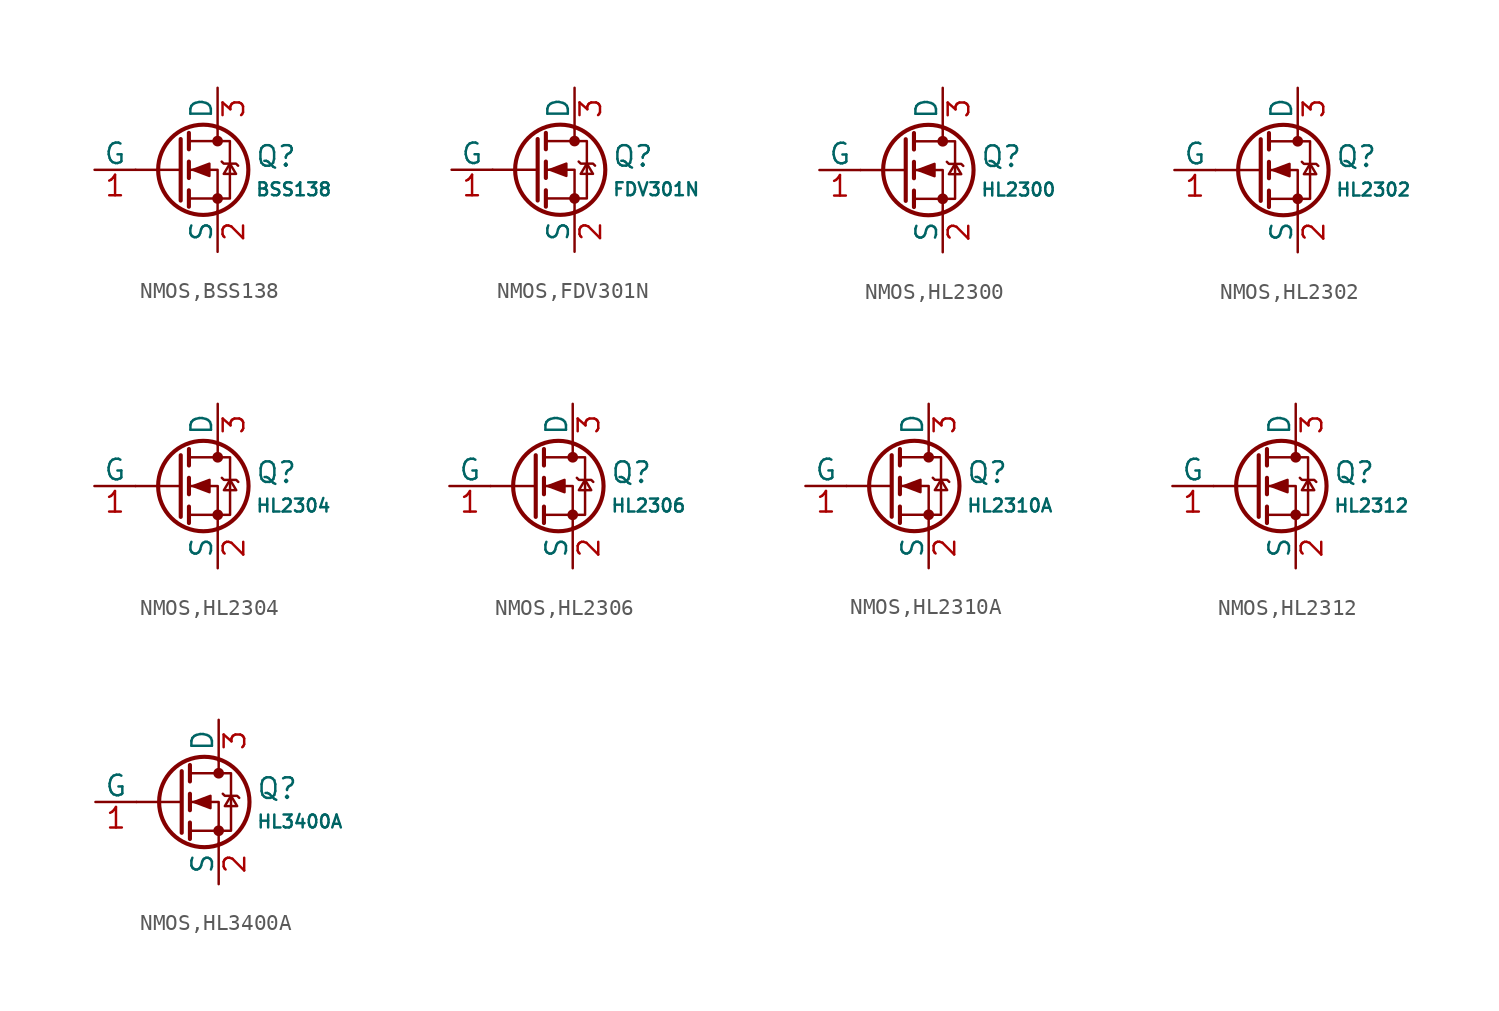
<source format=kicad_sym>
(kicad_symbol_lib
  (version 20231120)
  (generator "CDFER")
  (generator_version "8.0")
  (symbol "NMOS,BSS138"
    (pin_names
      (offset 0))
    (property "Reference" "Q"
      (at 4.851 0.834 0)
      (effects (font (size 1.27 1.27)) (justify left)))
    (property "Value" "BSS138"
      (at 4.851 -1.212 0)
      (effects (font (size 0.8 0.8)) (justify left)))
    (symbol "NMOS,BSS138_0_1"
      (polyline (pts (xy 0.254 0) (xy -2.54 0)) (stroke (width 0) (type default)) (fill (type none)))
      (polyline (pts (xy 0.254 1.905) (xy 0.254 -1.905)) (stroke (width 0.254) (type default)) (fill (type none)))
      (polyline (pts (xy 0.762 -1.27) (xy 0.762 -2.286)) (stroke (width 0.254) (type default)) (fill (type none)))
      (polyline (pts (xy 0.762 0.508) (xy 0.762 -0.508)) (stroke (width 0.254) (type default)) (fill (type none)))
      (polyline (pts (xy 0.762 2.286) (xy 0.762 1.27)) (stroke (width 0.254) (type default)) (fill (type none)))
      (polyline (pts (xy 2.54 2.54) (xy 2.54 1.778)) (stroke (width 0) (type default)) (fill (type none)))
      (polyline (pts (xy 2.54 -2.54) (xy 2.54 0) (xy 0.762 0)) (stroke (width 0) (type default)) (fill (type none)))
      (polyline (pts (xy 0.762 -1.778) (xy 3.302 -1.778) (xy 3.302 1.778) (xy 0.762 1.778)) (stroke (width 0) (type default)) (fill (type none)))
      (polyline (pts (xy 1.016 0) (xy 2.032 0.381) (xy 2.032 -0.381) (xy 1.016 0)) (stroke (width 0) (type default)) (fill (type outline)))
      (polyline (pts (xy 2.794 0.508) (xy 2.921 0.381) (xy 3.683 0.381) (xy 3.81 0.254)) (stroke (width 0) (type default)) (fill (type none)))
      (polyline (pts (xy 3.302 0.381) (xy 2.921 -0.254) (xy 3.683 -0.254) (xy 3.302 0.381)) (stroke (width 0) (type default)) (fill (type none)))
      (circle (center 1.651 0) (radius 2.794) (stroke (width 0.254) (type default)) (fill (type none)))
      (circle (center 2.54 -1.778) (radius 0.254) (stroke (width 0) (type default)) (fill (type outline)))
      (circle (center 2.54 1.778) (radius 0.254) (stroke (width 0) (type default)) (fill (type outline))))
    (symbol "NMOS,BSS138_1_1"
      (pin passive line (at 2.54 5.08 270) (length 2.54) (name "D" (effects (font (size 1.27 1.27)))) (number "3" (effects (font (size 1.27 1.27)))))
      (pin input line (at -5.08 0 0) (length 2.54) (name "G" (effects (font (size 1.27 1.27)))) (number "1" (effects (font (size 1.27 1.27)))))
      (pin passive line (at 2.54 -5.08 90) (length 2.54) (name "S" (effects (font (size 1.27 1.27)))) (number "2" (effects (font (size 1.27 1.27)))))))
  (symbol "NMOS,FDV301N"
    (pin_names
      (offset 0))
    (property "Reference" "Q"
      (at 4.851 0.834 0)
      (effects (font (size 1.27 1.27)) (justify left)))
    (property "Value" "FDV301N"
      (at 4.851 -1.212 0)
      (effects (font (size 0.8 0.8)) (justify left)))
    (symbol "NMOS,FDV301N_0_1"
      (polyline (pts (xy 0.254 0) (xy -2.54 0)) (stroke (width 0) (type default)) (fill (type none)))
      (polyline (pts (xy 0.254 1.905) (xy 0.254 -1.905)) (stroke (width 0.254) (type default)) (fill (type none)))
      (polyline (pts (xy 0.762 -1.27) (xy 0.762 -2.286)) (stroke (width 0.254) (type default)) (fill (type none)))
      (polyline (pts (xy 0.762 0.508) (xy 0.762 -0.508)) (stroke (width 0.254) (type default)) (fill (type none)))
      (polyline (pts (xy 0.762 2.286) (xy 0.762 1.27)) (stroke (width 0.254) (type default)) (fill (type none)))
      (polyline (pts (xy 2.54 2.54) (xy 2.54 1.778)) (stroke (width 0) (type default)) (fill (type none)))
      (polyline (pts (xy 2.54 -2.54) (xy 2.54 0) (xy 0.762 0)) (stroke (width 0) (type default)) (fill (type none)))
      (polyline (pts (xy 0.762 -1.778) (xy 3.302 -1.778) (xy 3.302 1.778) (xy 0.762 1.778)) (stroke (width 0) (type default)) (fill (type none)))
      (polyline (pts (xy 1.016 0) (xy 2.032 0.381) (xy 2.032 -0.381) (xy 1.016 0)) (stroke (width 0) (type default)) (fill (type outline)))
      (polyline (pts (xy 2.794 0.508) (xy 2.921 0.381) (xy 3.683 0.381) (xy 3.81 0.254)) (stroke (width 0) (type default)) (fill (type none)))
      (polyline (pts (xy 3.302 0.381) (xy 2.921 -0.254) (xy 3.683 -0.254) (xy 3.302 0.381)) (stroke (width 0) (type default)) (fill (type none)))
      (circle (center 1.651 0) (radius 2.794) (stroke (width 0.254) (type default)) (fill (type none)))
      (circle (center 2.54 -1.778) (radius 0.254) (stroke (width 0) (type default)) (fill (type outline)))
      (circle (center 2.54 1.778) (radius 0.254) (stroke (width 0) (type default)) (fill (type outline))))
    (symbol "NMOS,FDV301N_1_1"
      (pin passive line (at 2.54 5.08 270) (length 2.54) (name "D" (effects (font (size 1.27 1.27)))) (number "3" (effects (font (size 1.27 1.27)))))
      (pin input line (at -5.08 0 0) (length 2.54) (name "G" (effects (font (size 1.27 1.27)))) (number "1" (effects (font (size 1.27 1.27)))))
      (pin passive line (at 2.54 -5.08 90) (length 2.54) (name "S" (effects (font (size 1.27 1.27)))) (number "2" (effects (font (size 1.27 1.27)))))))
  (symbol "NMOS,HL2300"
    (pin_names
      (offset 0))
    (property "Reference" "Q"
      (at 4.851 0.834 0)
      (effects (font (size 1.27 1.27)) (justify left)))
    (property "Value" "HL2300"
      (at 4.851 -1.212 0)
      (effects (font (size 0.8 0.8)) (justify left)))
    (symbol "NMOS,HL2300_0_1"
      (polyline (pts (xy 0.254 0) (xy -2.54 0)) (stroke (width 0) (type default)) (fill (type none)))
      (polyline (pts (xy 0.254 1.905) (xy 0.254 -1.905)) (stroke (width 0.254) (type default)) (fill (type none)))
      (polyline (pts (xy 0.762 -1.27) (xy 0.762 -2.286)) (stroke (width 0.254) (type default)) (fill (type none)))
      (polyline (pts (xy 0.762 0.508) (xy 0.762 -0.508)) (stroke (width 0.254) (type default)) (fill (type none)))
      (polyline (pts (xy 0.762 2.286) (xy 0.762 1.27)) (stroke (width 0.254) (type default)) (fill (type none)))
      (polyline (pts (xy 2.54 2.54) (xy 2.54 1.778)) (stroke (width 0) (type default)) (fill (type none)))
      (polyline (pts (xy 2.54 -2.54) (xy 2.54 0) (xy 0.762 0)) (stroke (width 0) (type default)) (fill (type none)))
      (polyline (pts (xy 0.762 -1.778) (xy 3.302 -1.778) (xy 3.302 1.778) (xy 0.762 1.778)) (stroke (width 0) (type default)) (fill (type none)))
      (polyline (pts (xy 1.016 0) (xy 2.032 0.381) (xy 2.032 -0.381) (xy 1.016 0)) (stroke (width 0) (type default)) (fill (type outline)))
      (polyline (pts (xy 2.794 0.508) (xy 2.921 0.381) (xy 3.683 0.381) (xy 3.81 0.254)) (stroke (width 0) (type default)) (fill (type none)))
      (polyline (pts (xy 3.302 0.381) (xy 2.921 -0.254) (xy 3.683 -0.254) (xy 3.302 0.381)) (stroke (width 0) (type default)) (fill (type none)))
      (circle (center 1.651 0) (radius 2.794) (stroke (width 0.254) (type default)) (fill (type none)))
      (circle (center 2.54 -1.778) (radius 0.254) (stroke (width 0) (type default)) (fill (type outline)))
      (circle (center 2.54 1.778) (radius 0.254) (stroke (width 0) (type default)) (fill (type outline))))
    (symbol "NMOS,HL2300_1_1"
      (pin passive line (at 2.54 5.08 270) (length 2.54) (name "D" (effects (font (size 1.27 1.27)))) (number "3" (effects (font (size 1.27 1.27)))))
      (pin input line (at -5.08 0 0) (length 2.54) (name "G" (effects (font (size 1.27 1.27)))) (number "1" (effects (font (size 1.27 1.27)))))
      (pin passive line (at 2.54 -5.08 90) (length 2.54) (name "S" (effects (font (size 1.27 1.27)))) (number "2" (effects (font (size 1.27 1.27)))))))
  (symbol "NMOS,HL2302"
    (pin_names
      (offset 0))
    (property "Reference" "Q"
      (at 4.851 0.834 0)
      (effects (font (size 1.27 1.27)) (justify left)))
    (property "Value" "HL2302"
      (at 4.851 -1.212 0)
      (effects (font (size 0.8 0.8)) (justify left)))
    (symbol "NMOS,HL2302_0_1"
      (polyline (pts (xy 0.254 0) (xy -2.54 0)) (stroke (width 0) (type default)) (fill (type none)))
      (polyline (pts (xy 0.254 1.905) (xy 0.254 -1.905)) (stroke (width 0.254) (type default)) (fill (type none)))
      (polyline (pts (xy 0.762 -1.27) (xy 0.762 -2.286)) (stroke (width 0.254) (type default)) (fill (type none)))
      (polyline (pts (xy 0.762 0.508) (xy 0.762 -0.508)) (stroke (width 0.254) (type default)) (fill (type none)))
      (polyline (pts (xy 0.762 2.286) (xy 0.762 1.27)) (stroke (width 0.254) (type default)) (fill (type none)))
      (polyline (pts (xy 2.54 2.54) (xy 2.54 1.778)) (stroke (width 0) (type default)) (fill (type none)))
      (polyline (pts (xy 2.54 -2.54) (xy 2.54 0) (xy 0.762 0)) (stroke (width 0) (type default)) (fill (type none)))
      (polyline (pts (xy 0.762 -1.778) (xy 3.302 -1.778) (xy 3.302 1.778) (xy 0.762 1.778)) (stroke (width 0) (type default)) (fill (type none)))
      (polyline (pts (xy 1.016 0) (xy 2.032 0.381) (xy 2.032 -0.381) (xy 1.016 0)) (stroke (width 0) (type default)) (fill (type outline)))
      (polyline (pts (xy 2.794 0.508) (xy 2.921 0.381) (xy 3.683 0.381) (xy 3.81 0.254)) (stroke (width 0) (type default)) (fill (type none)))
      (polyline (pts (xy 3.302 0.381) (xy 2.921 -0.254) (xy 3.683 -0.254) (xy 3.302 0.381)) (stroke (width 0) (type default)) (fill (type none)))
      (circle (center 1.651 0) (radius 2.794) (stroke (width 0.254) (type default)) (fill (type none)))
      (circle (center 2.54 -1.778) (radius 0.254) (stroke (width 0) (type default)) (fill (type outline)))
      (circle (center 2.54 1.778) (radius 0.254) (stroke (width 0) (type default)) (fill (type outline))))
    (symbol "NMOS,HL2302_1_1"
      (pin passive line (at 2.54 5.08 270) (length 2.54) (name "D" (effects (font (size 1.27 1.27)))) (number "3" (effects (font (size 1.27 1.27)))))
      (pin input line (at -5.08 0 0) (length 2.54) (name "G" (effects (font (size 1.27 1.27)))) (number "1" (effects (font (size 1.27 1.27)))))
      (pin passive line (at 2.54 -5.08 90) (length 2.54) (name "S" (effects (font (size 1.27 1.27)))) (number "2" (effects (font (size 1.27 1.27)))))))
  (symbol "NMOS,HL2304"
    (pin_names
      (offset 0))
    (property "Reference" "Q"
      (at 4.851 0.834 0)
      (effects (font (size 1.27 1.27)) (justify left)))
    (property "Value" "HL2304"
      (at 4.851 -1.212 0)
      (effects (font (size 0.8 0.8)) (justify left)))
    (symbol "NMOS,HL2304_0_1"
      (polyline (pts (xy 0.254 0) (xy -2.54 0)) (stroke (width 0) (type default)) (fill (type none)))
      (polyline (pts (xy 0.254 1.905) (xy 0.254 -1.905)) (stroke (width 0.254) (type default)) (fill (type none)))
      (polyline (pts (xy 0.762 -1.27) (xy 0.762 -2.286)) (stroke (width 0.254) (type default)) (fill (type none)))
      (polyline (pts (xy 0.762 0.508) (xy 0.762 -0.508)) (stroke (width 0.254) (type default)) (fill (type none)))
      (polyline (pts (xy 0.762 2.286) (xy 0.762 1.27)) (stroke (width 0.254) (type default)) (fill (type none)))
      (polyline (pts (xy 2.54 2.54) (xy 2.54 1.778)) (stroke (width 0) (type default)) (fill (type none)))
      (polyline (pts (xy 2.54 -2.54) (xy 2.54 0) (xy 0.762 0)) (stroke (width 0) (type default)) (fill (type none)))
      (polyline (pts (xy 0.762 -1.778) (xy 3.302 -1.778) (xy 3.302 1.778) (xy 0.762 1.778)) (stroke (width 0) (type default)) (fill (type none)))
      (polyline (pts (xy 1.016 0) (xy 2.032 0.381) (xy 2.032 -0.381) (xy 1.016 0)) (stroke (width 0) (type default)) (fill (type outline)))
      (polyline (pts (xy 2.794 0.508) (xy 2.921 0.381) (xy 3.683 0.381) (xy 3.81 0.254)) (stroke (width 0) (type default)) (fill (type none)))
      (polyline (pts (xy 3.302 0.381) (xy 2.921 -0.254) (xy 3.683 -0.254) (xy 3.302 0.381)) (stroke (width 0) (type default)) (fill (type none)))
      (circle (center 1.651 0) (radius 2.794) (stroke (width 0.254) (type default)) (fill (type none)))
      (circle (center 2.54 -1.778) (radius 0.254) (stroke (width 0) (type default)) (fill (type outline)))
      (circle (center 2.54 1.778) (radius 0.254) (stroke (width 0) (type default)) (fill (type outline))))
    (symbol "NMOS,HL2304_1_1"
      (pin passive line (at 2.54 5.08 270) (length 2.54) (name "D" (effects (font (size 1.27 1.27)))) (number "3" (effects (font (size 1.27 1.27)))))
      (pin input line (at -5.08 0 0) (length 2.54) (name "G" (effects (font (size 1.27 1.27)))) (number "1" (effects (font (size 1.27 1.27)))))
      (pin passive line (at 2.54 -5.08 90) (length 2.54) (name "S" (effects (font (size 1.27 1.27)))) (number "2" (effects (font (size 1.27 1.27)))))))
  (symbol "NMOS,HL2306"
    (pin_names
      (offset 0))
    (property "Reference" "Q"
      (at 4.851 0.834 0)
      (effects (font (size 1.27 1.27)) (justify left)))
    (property "Value" "HL2306"
      (at 4.851 -1.212 0)
      (effects (font (size 0.8 0.8)) (justify left)))
    (symbol "NMOS,HL2306_0_1"
      (polyline (pts (xy 0.254 0) (xy -2.54 0)) (stroke (width 0) (type default)) (fill (type none)))
      (polyline (pts (xy 0.254 1.905) (xy 0.254 -1.905)) (stroke (width 0.254) (type default)) (fill (type none)))
      (polyline (pts (xy 0.762 -1.27) (xy 0.762 -2.286)) (stroke (width 0.254) (type default)) (fill (type none)))
      (polyline (pts (xy 0.762 0.508) (xy 0.762 -0.508)) (stroke (width 0.254) (type default)) (fill (type none)))
      (polyline (pts (xy 0.762 2.286) (xy 0.762 1.27)) (stroke (width 0.254) (type default)) (fill (type none)))
      (polyline (pts (xy 2.54 2.54) (xy 2.54 1.778)) (stroke (width 0) (type default)) (fill (type none)))
      (polyline (pts (xy 2.54 -2.54) (xy 2.54 0) (xy 0.762 0)) (stroke (width 0) (type default)) (fill (type none)))
      (polyline (pts (xy 0.762 -1.778) (xy 3.302 -1.778) (xy 3.302 1.778) (xy 0.762 1.778)) (stroke (width 0) (type default)) (fill (type none)))
      (polyline (pts (xy 1.016 0) (xy 2.032 0.381) (xy 2.032 -0.381) (xy 1.016 0)) (stroke (width 0) (type default)) (fill (type outline)))
      (polyline (pts (xy 2.794 0.508) (xy 2.921 0.381) (xy 3.683 0.381) (xy 3.81 0.254)) (stroke (width 0) (type default)) (fill (type none)))
      (polyline (pts (xy 3.302 0.381) (xy 2.921 -0.254) (xy 3.683 -0.254) (xy 3.302 0.381)) (stroke (width 0) (type default)) (fill (type none)))
      (circle (center 1.651 0) (radius 2.794) (stroke (width 0.254) (type default)) (fill (type none)))
      (circle (center 2.54 -1.778) (radius 0.254) (stroke (width 0) (type default)) (fill (type outline)))
      (circle (center 2.54 1.778) (radius 0.254) (stroke (width 0) (type default)) (fill (type outline))))
    (symbol "NMOS,HL2306_1_1"
      (pin passive line (at 2.54 5.08 270) (length 2.54) (name "D" (effects (font (size 1.27 1.27)))) (number "3" (effects (font (size 1.27 1.27)))))
      (pin input line (at -5.08 0 0) (length 2.54) (name "G" (effects (font (size 1.27 1.27)))) (number "1" (effects (font (size 1.27 1.27)))))
      (pin passive line (at 2.54 -5.08 90) (length 2.54) (name "S" (effects (font (size 1.27 1.27)))) (number "2" (effects (font (size 1.27 1.27)))))))
  (symbol "NMOS,HL2310A"
    (pin_names
      (offset 0))
    (property "Reference" "Q"
      (at 4.851 0.834 0)
      (effects (font (size 1.27 1.27)) (justify left)))
    (property "Value" "HL2310A"
      (at 4.851 -1.212 0)
      (effects (font (size 0.8 0.8)) (justify left)))
    (symbol "NMOS,HL2310A_0_1"
      (polyline (pts (xy 0.254 0) (xy -2.54 0)) (stroke (width 0) (type default)) (fill (type none)))
      (polyline (pts (xy 0.254 1.905) (xy 0.254 -1.905)) (stroke (width 0.254) (type default)) (fill (type none)))
      (polyline (pts (xy 0.762 -1.27) (xy 0.762 -2.286)) (stroke (width 0.254) (type default)) (fill (type none)))
      (polyline (pts (xy 0.762 0.508) (xy 0.762 -0.508)) (stroke (width 0.254) (type default)) (fill (type none)))
      (polyline (pts (xy 0.762 2.286) (xy 0.762 1.27)) (stroke (width 0.254) (type default)) (fill (type none)))
      (polyline (pts (xy 2.54 2.54) (xy 2.54 1.778)) (stroke (width 0) (type default)) (fill (type none)))
      (polyline (pts (xy 2.54 -2.54) (xy 2.54 0) (xy 0.762 0)) (stroke (width 0) (type default)) (fill (type none)))
      (polyline (pts (xy 0.762 -1.778) (xy 3.302 -1.778) (xy 3.302 1.778) (xy 0.762 1.778)) (stroke (width 0) (type default)) (fill (type none)))
      (polyline (pts (xy 1.016 0) (xy 2.032 0.381) (xy 2.032 -0.381) (xy 1.016 0)) (stroke (width 0) (type default)) (fill (type outline)))
      (polyline (pts (xy 2.794 0.508) (xy 2.921 0.381) (xy 3.683 0.381) (xy 3.81 0.254)) (stroke (width 0) (type default)) (fill (type none)))
      (polyline (pts (xy 3.302 0.381) (xy 2.921 -0.254) (xy 3.683 -0.254) (xy 3.302 0.381)) (stroke (width 0) (type default)) (fill (type none)))
      (circle (center 1.651 0) (radius 2.794) (stroke (width 0.254) (type default)) (fill (type none)))
      (circle (center 2.54 -1.778) (radius 0.254) (stroke (width 0) (type default)) (fill (type outline)))
      (circle (center 2.54 1.778) (radius 0.254) (stroke (width 0) (type default)) (fill (type outline))))
    (symbol "NMOS,HL2310A_1_1"
      (pin passive line (at 2.54 5.08 270) (length 2.54) (name "D" (effects (font (size 1.27 1.27)))) (number "3" (effects (font (size 1.27 1.27)))))
      (pin input line (at -5.08 0 0) (length 2.54) (name "G" (effects (font (size 1.27 1.27)))) (number "1" (effects (font (size 1.27 1.27)))))
      (pin passive line (at 2.54 -5.08 90) (length 2.54) (name "S" (effects (font (size 1.27 1.27)))) (number "2" (effects (font (size 1.27 1.27)))))))
  (symbol "NMOS,HL2312"
    (pin_names
      (offset 0))
    (property "Reference" "Q"
      (at 4.851 0.834 0)
      (effects (font (size 1.27 1.27)) (justify left)))
    (property "Value" "HL2312"
      (at 4.851 -1.212 0)
      (effects (font (size 0.8 0.8)) (justify left)))
    (symbol "NMOS,HL2312_0_1"
      (polyline (pts (xy 0.254 0) (xy -2.54 0)) (stroke (width 0) (type default)) (fill (type none)))
      (polyline (pts (xy 0.254 1.905) (xy 0.254 -1.905)) (stroke (width 0.254) (type default)) (fill (type none)))
      (polyline (pts (xy 0.762 -1.27) (xy 0.762 -2.286)) (stroke (width 0.254) (type default)) (fill (type none)))
      (polyline (pts (xy 0.762 0.508) (xy 0.762 -0.508)) (stroke (width 0.254) (type default)) (fill (type none)))
      (polyline (pts (xy 0.762 2.286) (xy 0.762 1.27)) (stroke (width 0.254) (type default)) (fill (type none)))
      (polyline (pts (xy 2.54 2.54) (xy 2.54 1.778)) (stroke (width 0) (type default)) (fill (type none)))
      (polyline (pts (xy 2.54 -2.54) (xy 2.54 0) (xy 0.762 0)) (stroke (width 0) (type default)) (fill (type none)))
      (polyline (pts (xy 0.762 -1.778) (xy 3.302 -1.778) (xy 3.302 1.778) (xy 0.762 1.778)) (stroke (width 0) (type default)) (fill (type none)))
      (polyline (pts (xy 1.016 0) (xy 2.032 0.381) (xy 2.032 -0.381) (xy 1.016 0)) (stroke (width 0) (type default)) (fill (type outline)))
      (polyline (pts (xy 2.794 0.508) (xy 2.921 0.381) (xy 3.683 0.381) (xy 3.81 0.254)) (stroke (width 0) (type default)) (fill (type none)))
      (polyline (pts (xy 3.302 0.381) (xy 2.921 -0.254) (xy 3.683 -0.254) (xy 3.302 0.381)) (stroke (width 0) (type default)) (fill (type none)))
      (circle (center 1.651 0) (radius 2.794) (stroke (width 0.254) (type default)) (fill (type none)))
      (circle (center 2.54 -1.778) (radius 0.254) (stroke (width 0) (type default)) (fill (type outline)))
      (circle (center 2.54 1.778) (radius 0.254) (stroke (width 0) (type default)) (fill (type outline))))
    (symbol "NMOS,HL2312_1_1"
      (pin passive line (at 2.54 5.08 270) (length 2.54) (name "D" (effects (font (size 1.27 1.27)))) (number "3" (effects (font (size 1.27 1.27)))))
      (pin input line (at -5.08 0 0) (length 2.54) (name "G" (effects (font (size 1.27 1.27)))) (number "1" (effects (font (size 1.27 1.27)))))
      (pin passive line (at 2.54 -5.08 90) (length 2.54) (name "S" (effects (font (size 1.27 1.27)))) (number "2" (effects (font (size 1.27 1.27)))))))
  (symbol "NMOS,HL3400A"
    (pin_names
      (offset 0))
    (property "Reference" "Q"
      (at 4.851 0.834 0)
      (effects (font (size 1.27 1.27)) (justify left)))
    (property "Value" "HL3400A"
      (at 4.851 -1.212 0)
      (effects (font (size 0.8 0.8)) (justify left)))
    (symbol "NMOS,HL3400A_0_1"
      (polyline (pts (xy 0.254 0) (xy -2.54 0)) (stroke (width 0) (type default)) (fill (type none)))
      (polyline (pts (xy 0.254 1.905) (xy 0.254 -1.905)) (stroke (width 0.254) (type default)) (fill (type none)))
      (polyline (pts (xy 0.762 -1.27) (xy 0.762 -2.286)) (stroke (width 0.254) (type default)) (fill (type none)))
      (polyline (pts (xy 0.762 0.508) (xy 0.762 -0.508)) (stroke (width 0.254) (type default)) (fill (type none)))
      (polyline (pts (xy 0.762 2.286) (xy 0.762 1.27)) (stroke (width 0.254) (type default)) (fill (type none)))
      (polyline (pts (xy 2.54 2.54) (xy 2.54 1.778)) (stroke (width 0) (type default)) (fill (type none)))
      (polyline (pts (xy 2.54 -2.54) (xy 2.54 0) (xy 0.762 0)) (stroke (width 0) (type default)) (fill (type none)))
      (polyline (pts (xy 0.762 -1.778) (xy 3.302 -1.778) (xy 3.302 1.778) (xy 0.762 1.778)) (stroke (width 0) (type default)) (fill (type none)))
      (polyline (pts (xy 1.016 0) (xy 2.032 0.381) (xy 2.032 -0.381) (xy 1.016 0)) (stroke (width 0) (type default)) (fill (type outline)))
      (polyline (pts (xy 2.794 0.508) (xy 2.921 0.381) (xy 3.683 0.381) (xy 3.81 0.254)) (stroke (width 0) (type default)) (fill (type none)))
      (polyline (pts (xy 3.302 0.381) (xy 2.921 -0.254) (xy 3.683 -0.254) (xy 3.302 0.381)) (stroke (width 0) (type default)) (fill (type none)))
      (circle (center 1.651 0) (radius 2.794) (stroke (width 0.254) (type default)) (fill (type none)))
      (circle (center 2.54 -1.778) (radius 0.254) (stroke (width 0) (type default)) (fill (type outline)))
      (circle (center 2.54 1.778) (radius 0.254) (stroke (width 0) (type default)) (fill (type outline))))
    (symbol "NMOS,HL3400A_1_1"
      (pin passive line (at 2.54 5.08 270) (length 2.54) (name "D" (effects (font (size 1.27 1.27)))) (number "3" (effects (font (size 1.27 1.27)))))
      (pin input line (at -5.08 0 0) (length 2.54) (name "G" (effects (font (size 1.27 1.27)))) (number "1" (effects (font (size 1.27 1.27)))))
      (pin passive line (at 2.54 -5.08 90) (length 2.54) (name "S" (effects (font (size 1.27 1.27)))) (number "2" (effects (font (size 1.27 1.27))))))))
</source>
